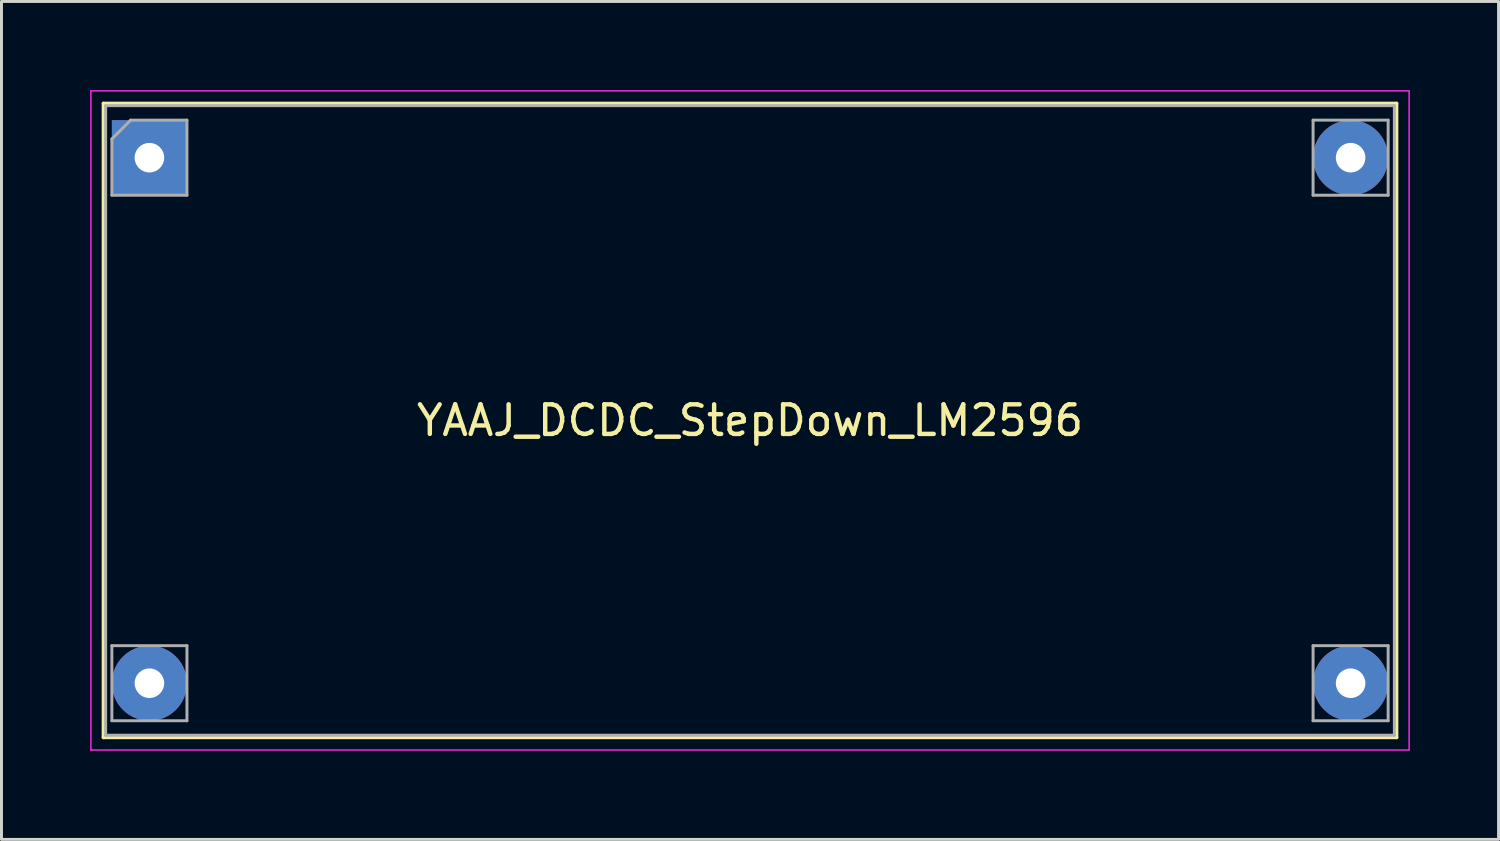
<source format=kicad_pcb>
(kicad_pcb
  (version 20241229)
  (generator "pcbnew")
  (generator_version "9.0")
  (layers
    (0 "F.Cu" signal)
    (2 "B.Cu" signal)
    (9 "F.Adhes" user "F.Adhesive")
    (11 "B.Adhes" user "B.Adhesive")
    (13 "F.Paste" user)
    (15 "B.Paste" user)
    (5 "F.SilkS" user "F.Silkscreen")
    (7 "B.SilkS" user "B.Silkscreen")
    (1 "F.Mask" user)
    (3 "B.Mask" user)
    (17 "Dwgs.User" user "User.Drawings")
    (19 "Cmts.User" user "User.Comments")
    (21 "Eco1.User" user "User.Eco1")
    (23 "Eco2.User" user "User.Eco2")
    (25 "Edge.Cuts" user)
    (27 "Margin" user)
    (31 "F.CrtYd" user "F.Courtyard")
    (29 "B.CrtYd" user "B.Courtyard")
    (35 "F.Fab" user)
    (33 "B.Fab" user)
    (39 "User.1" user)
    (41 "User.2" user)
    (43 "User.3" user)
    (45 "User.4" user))
  (footprint "YAAJ_DCDC_StepDown_LM2596"
    (layer "F.Cu")
    (at 0.45 0.45)
    (property "Reference" "YAAJ_DCDC_StepDown_LM2596" (at 21.875 10.725 0) (layer "F.SilkS") (effects (font (size 1 1) (thickness 0.15))))
    (attr through_hole)
    (fp_line (start 0 0) (end 0 21.45) (stroke (width 0.12) (type solid)) (layer "F.SilkS"))
    (fp_line (start 0 21.45) (end 43.75 21.45) (stroke (width 0.12) (type solid)) (layer "F.SilkS"))
    (fp_line (start 43.75 0) (end 0 0) (stroke (width 0.12) (type solid)) (layer "F.SilkS"))
    (fp_line (start 43.75 21.45) (end 43.75 0) (stroke (width 0.12) (type solid)) (layer "F.SilkS"))
    (fp_line (start -0.425 -0.425) (end 44.175 -0.425) (stroke (width 0.05) (type solid)) (layer "F.CrtYd"))
    (fp_line (start -0.425 21.875) (end -0.425 -0.425) (stroke (width 0.05) (type solid)) (layer "F.CrtYd"))
    (fp_line (start 44.175 -0.425) (end 44.175 21.875) (stroke (width 0.05) (type solid)) (layer "F.CrtYd"))
    (fp_line (start 44.175 21.875) (end -0.425 21.875) (stroke (width 0.05) (type solid)) (layer "F.CrtYd"))
    (fp_line (start 0.075 0.075) (end 0.075 21.375) (stroke (width 0.1) (type solid)) (layer "F.Fab"))
    (fp_line (start 0.075 21.375) (end 43.675 21.375) (stroke (width 0.1) (type solid)) (layer "F.Fab"))
    (fp_line (start 0.285 1.2) (end 0.92 0.565) (stroke (width 0.1) (type solid)) (layer "F.Fab"))
    (fp_line (start 0.285 3.105) (end 0.285 1.2) (stroke (width 0.1) (type solid)) (layer "F.Fab"))
    (fp_line (start 0.285 18.345) (end 2.825 18.345) (stroke (width 0.1) (type solid)) (layer "F.Fab"))
    (fp_line (start 0.285 20.885) (end 0.285 18.345) (stroke (width 0.1) (type solid)) (layer "F.Fab"))
    (fp_line (start 0.92 0.565) (end 2.825 0.565) (stroke (width 0.1) (type solid)) (layer "F.Fab"))
    (fp_line (start 2.825 0.565) (end 2.825 3.105) (stroke (width 0.1) (type solid)) (layer "F.Fab"))
    (fp_line (start 2.825 3.105) (end 0.285 3.105) (stroke (width 0.1) (type solid)) (layer "F.Fab"))
    (fp_line (start 2.825 18.345) (end 2.825 20.885) (stroke (width 0.1) (type solid)) (layer "F.Fab"))
    (fp_line (start 2.825 20.885) (end 0.285 20.885) (stroke (width 0.1) (type solid)) (layer "F.Fab"))
    (fp_line (start 40.925 0.565) (end 43.465 0.565) (stroke (width 0.1) (type solid)) (layer "F.Fab"))
    (fp_line (start 40.925 3.105) (end 40.925 0.565) (stroke (width 0.1) (type solid)) (layer "F.Fab"))
    (fp_line (start 40.925 18.345) (end 43.465 18.345) (stroke (width 0.1) (type solid)) (layer "F.Fab"))
    (fp_line (start 40.925 20.885) (end 40.925 18.345) (stroke (width 0.1) (type solid)) (layer "F.Fab"))
    (fp_line (start 43.465 0.565) (end 43.465 3.105) (stroke (width 0.1) (type solid)) (layer "F.Fab"))
    (fp_line (start 43.465 3.105) (end 40.925 3.105) (stroke (width 0.1) (type solid)) (layer "F.Fab"))
    (fp_line (start 43.465 18.345) (end 43.465 20.885) (stroke (width 0.1) (type solid)) (layer "F.Fab"))
    (fp_line (start 43.465 20.885) (end 40.925 20.885) (stroke (width 0.1) (type solid)) (layer "F.Fab"))
    (fp_line (start 43.675 0.075) (end 0.075 0.075) (stroke (width 0.1) (type solid)) (layer "F.Fab"))
    (fp_line (start 43.675 21.375) (end 43.675 0.075) (stroke (width 0.1) (type solid)) (layer "F.Fab"))
    (pad "1" thru_hole rect (at 1.555 1.835) (size 2.54 2.54) (drill 1) (layers "*.Cu" "*.Mask"))
    (pad "2" thru_hole circle (at 1.555 19.615) (size 2.54 2.54) (drill 1) (layers "*.Cu" "*.Mask"))
    (pad "3" thru_hole circle (at 42.195 19.615) (size 2.54 2.54) (drill 1) (layers "*.Cu" "*.Mask"))
    (pad "4" thru_hole circle (at 42.195 1.835) (size 2.54 2.54) (drill 1) (layers "*.Cu" "*.Mask")))
  (gr_rect
    (start -3 -3)
    (end 47.65 25.35)
    (stroke (width 0.1) (type default))
    (fill no)
    (layer "Edge.Cuts")))
</source>
